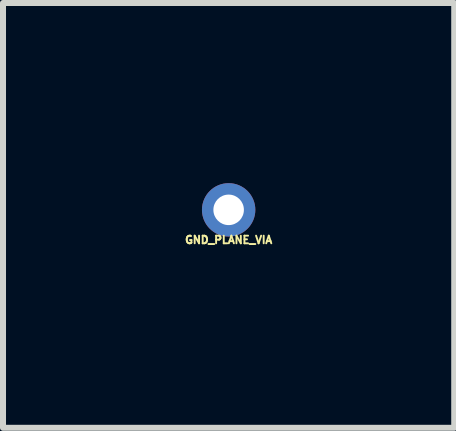
<source format=kicad_pcb>
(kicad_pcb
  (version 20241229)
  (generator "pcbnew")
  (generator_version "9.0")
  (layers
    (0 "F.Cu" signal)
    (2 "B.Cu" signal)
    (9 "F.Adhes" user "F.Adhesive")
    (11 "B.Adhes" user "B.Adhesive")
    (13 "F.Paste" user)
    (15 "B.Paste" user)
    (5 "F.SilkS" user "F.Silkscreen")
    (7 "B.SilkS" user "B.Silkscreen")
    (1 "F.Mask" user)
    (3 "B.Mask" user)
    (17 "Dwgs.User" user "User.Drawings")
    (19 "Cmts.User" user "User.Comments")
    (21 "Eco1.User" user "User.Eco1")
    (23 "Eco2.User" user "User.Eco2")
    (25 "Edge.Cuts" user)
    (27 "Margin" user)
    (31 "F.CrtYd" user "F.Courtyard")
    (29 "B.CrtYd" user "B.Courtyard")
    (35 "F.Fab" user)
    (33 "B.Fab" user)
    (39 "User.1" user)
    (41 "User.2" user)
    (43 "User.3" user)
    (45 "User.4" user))
  (footprint "GND_PLANE_VIA"
    (layer "F.Cu")
    (at 0.758 0.445)
    (property "Reference" "GND_PLANE_VIA" (at 0 0.5 0) (layer "F.SilkS") (effects (font (size 0.127 0.127) (thickness 0.032))))
    (attr through_hole)
    (pad "1" thru_hole circle (at 0 0) (size 0.889 0.889) (drill 0.508) (layers "*.Cu")))
  (gr_rect
    (start -3 -3)
    (end 4.515 4.075)
    (stroke (width 0.1) (type default))
    (fill no)
    (layer "Edge.Cuts")))
</source>
